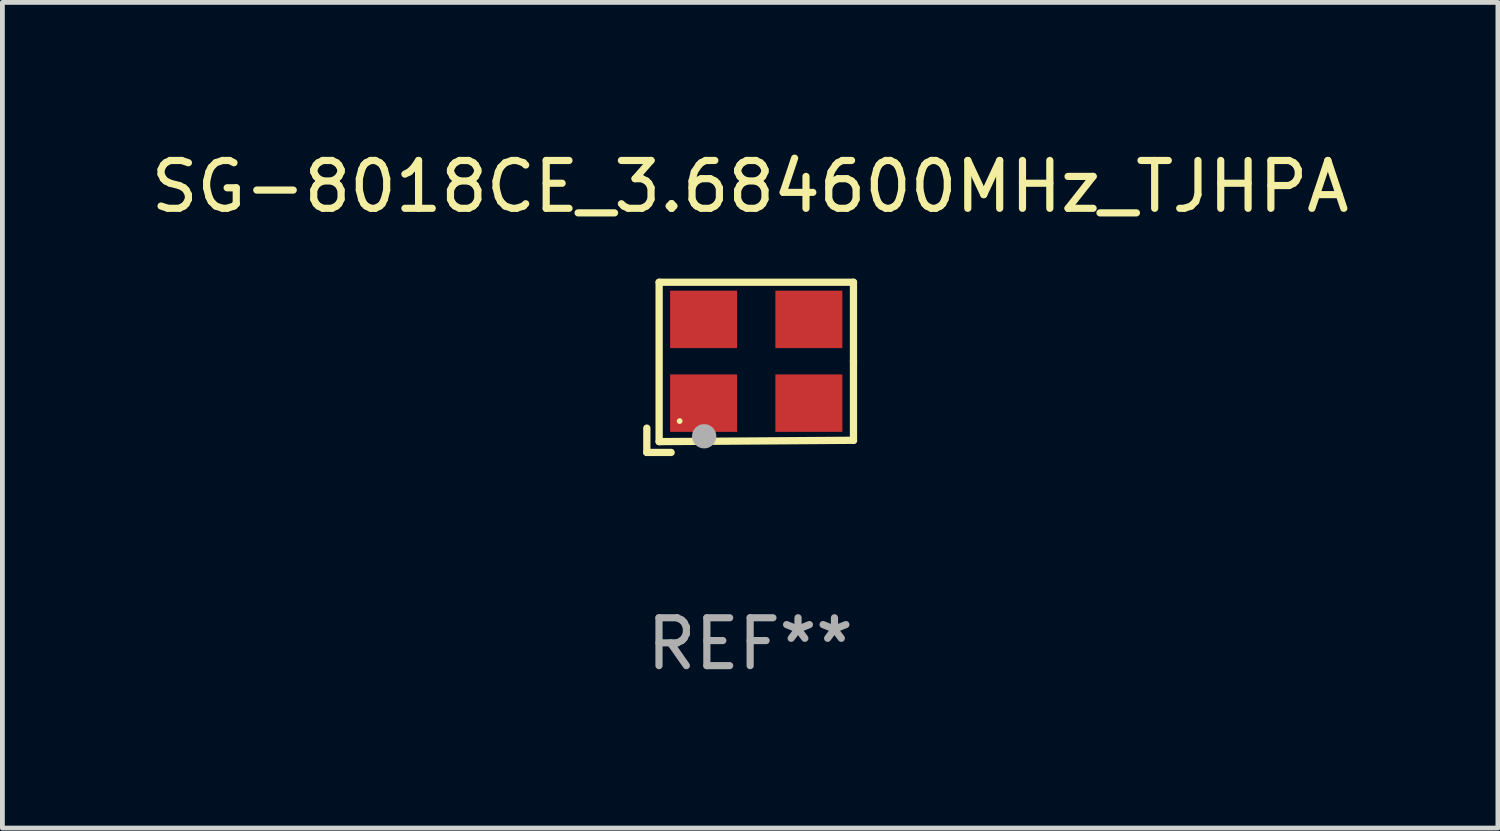
<source format=kicad_pcb>
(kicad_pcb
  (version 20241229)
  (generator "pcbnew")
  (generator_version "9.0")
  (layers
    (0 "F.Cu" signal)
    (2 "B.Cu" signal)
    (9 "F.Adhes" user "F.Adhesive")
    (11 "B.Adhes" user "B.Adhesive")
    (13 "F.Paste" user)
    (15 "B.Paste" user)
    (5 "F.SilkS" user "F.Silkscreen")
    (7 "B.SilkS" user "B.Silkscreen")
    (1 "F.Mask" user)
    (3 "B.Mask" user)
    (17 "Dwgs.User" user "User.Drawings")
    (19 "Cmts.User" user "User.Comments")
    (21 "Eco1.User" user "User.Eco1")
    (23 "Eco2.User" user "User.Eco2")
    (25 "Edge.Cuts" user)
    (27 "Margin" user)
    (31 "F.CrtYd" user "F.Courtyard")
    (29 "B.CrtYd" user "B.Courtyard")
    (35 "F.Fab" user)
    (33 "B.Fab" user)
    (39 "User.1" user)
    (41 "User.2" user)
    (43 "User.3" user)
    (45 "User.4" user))
  (footprint "SG-8018CE_3.684600MHz_TJHPA"
    (layer "F.Cu")
    (at 12.625 4.626)
    (property "Reference" "SG-8018CE_3.684600MHz_TJHPA" (at 0 -3.778 0) (layer "F.SilkS") (effects (font (size 1 1) (thickness 0.15))))
    (attr through_hole)
    (fp_line (start -2.159 1.27) (end -2.159 1.778) (stroke (width 0.152) (type solid)) (layer "F.SilkS"))
    (fp_line (start -2.159 1.778) (end -1.651 1.778) (stroke (width 0.152) (type solid)) (layer "F.SilkS"))
    (fp_line (start -1.902 -1.778) (end 2.159 -1.778) (stroke (width 0.152) (type solid)) (layer "F.SilkS"))
    (fp_line (start -1.902 1.552) (end -1.902 -1.778) (stroke (width 0.152) (type solid)) (layer "F.SilkS"))
    (fp_line (start 2.159 -1.778) (end 2.159 -0.127) (stroke (width 0.152) (type solid)) (layer "F.SilkS"))
    (fp_line (start 2.159 -0.127) (end 2.159 1.524) (stroke (width 0.152) (type solid)) (layer "F.SilkS"))
    (fp_line (start 2.159 1.524) (end -1.902 1.552) (stroke (width 0.152) (type solid)) (layer "F.SilkS"))
    (fp_line (start 2.159 1.524) (end 2.159 1.524) (stroke (width 0.152) (type solid)) (layer "F.SilkS"))
    (fp_circle (center -1.473 1.123) (end -1.443 1.123) (stroke (width 0.06) (type solid)) (fill no) (layer "F.SilkS"))
    (fp_circle (center -0.961 1.44) (end -0.834 1.44) (stroke (width 0.254) (type solid)) (fill no) (layer "F.Fab"))
    (fp_text user "REF**" (at 0 5.778 0) (layer "F.Fab") (effects (font (size 1 1) (thickness 0.15))))
    (pad "1" smd rect (at -0.973 0.748) (size 1.4 1.2) (layers "F.Cu" "F.Mask" "F.Paste"))
    (pad "2" smd rect (at 1.227 0.748) (size 1.4 1.2) (layers "F.Cu" "F.Mask" "F.Paste"))
    (pad "3" smd rect (at 1.227 -1.002) (size 1.4 1.2) (layers "F.Cu" "F.Mask" "F.Paste"))
    (pad "4" smd rect (at -0.973 -1.002) (size 1.4 1.2) (layers "F.Cu" "F.Mask" "F.Paste")))
  (gr_rect
    (start -3 -3)
    (end 28.25 14.253)
    (stroke (width 0.1) (type default))
    (fill no)
    (layer "Edge.Cuts")))
</source>
